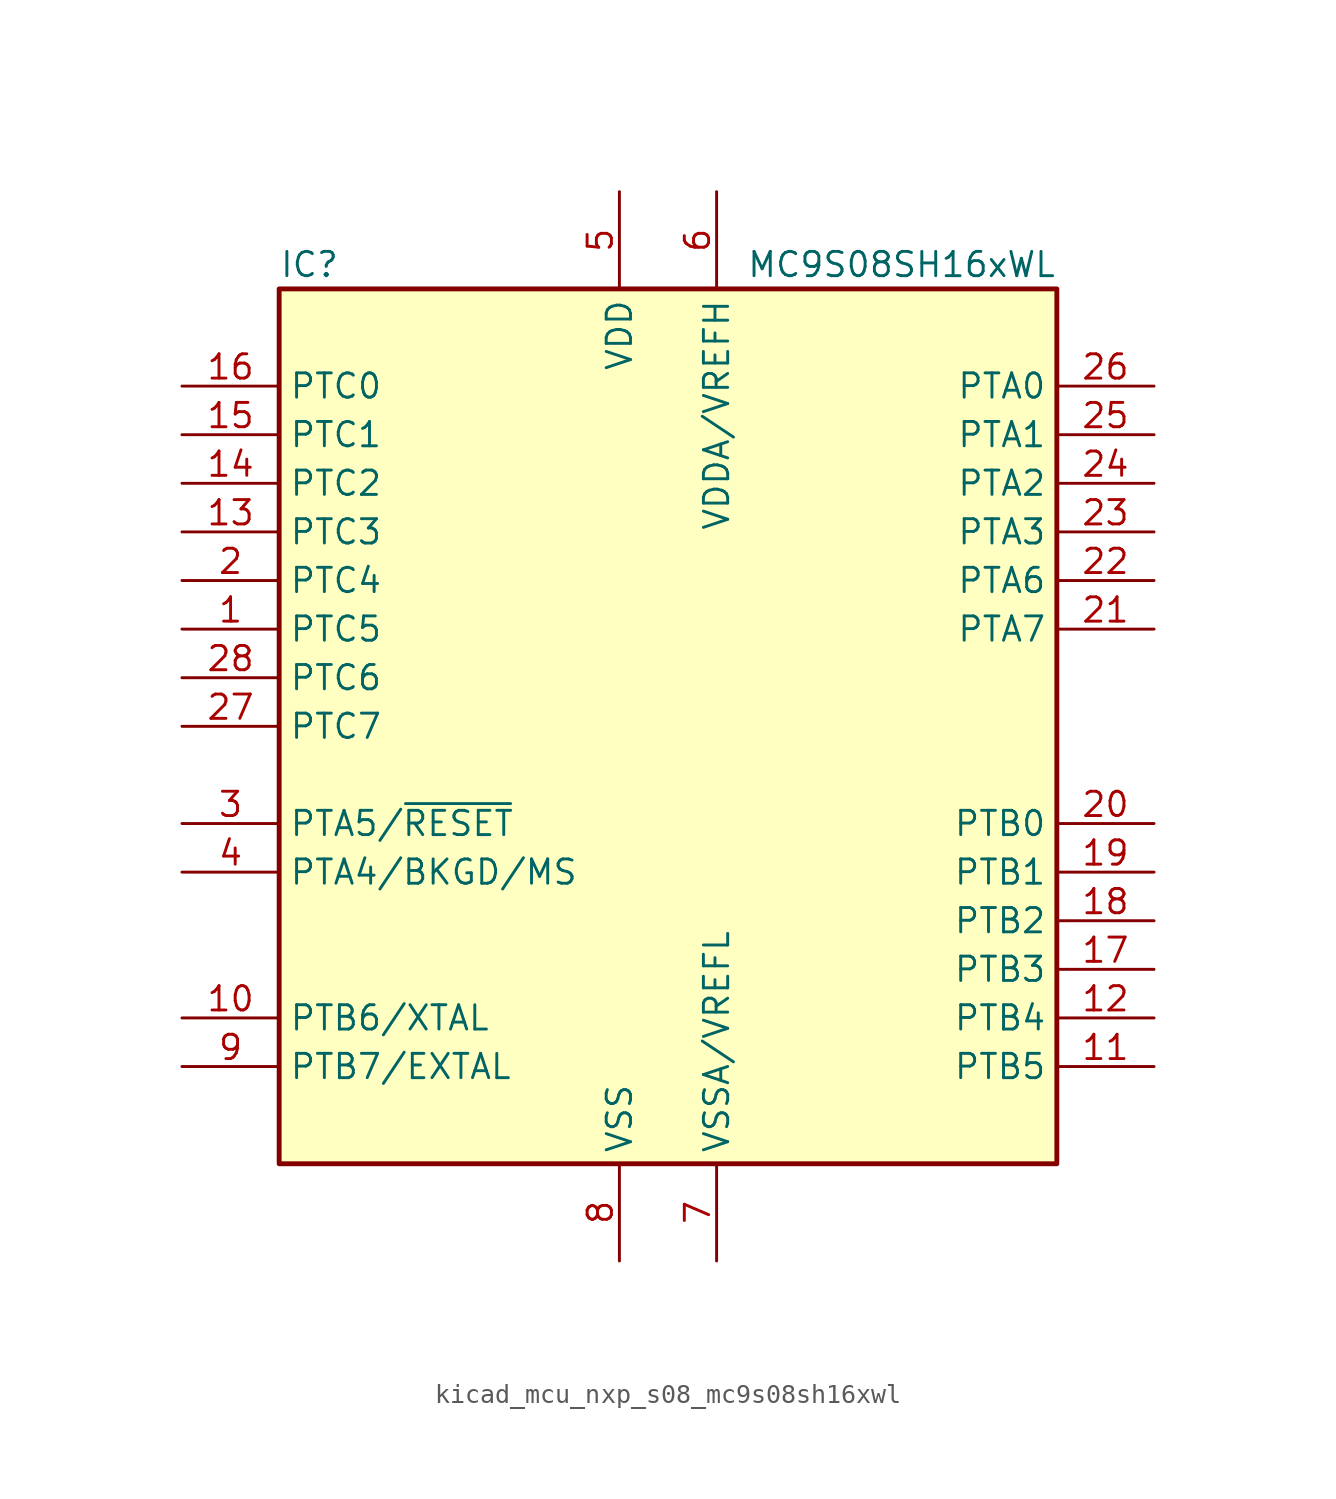
<source format=kicad_sym>
(kicad_symbol_lib
  (version 20220914)
  (generator kicad_symbol_editor)
  (symbol "kicad_mcu_nxp_s08_mc9s08sh16xwl"
    (property "Reference" "IC"
      (at -20.32 24.13 0)
      (effects (font (size 1.27 1.27)) (justify left)))
    (property "Value" "MC9S08SH16xWL"
      (at 20.32 24.13 0)
      (effects (font (size 1.27 1.27)) (justify right)))
    (symbol "kicad_mcu_nxp_s08_mc9s08sh16xwl_0_1"
      (rectangle (start -20.32 22.86) (end 20.32 -22.86) (stroke (width 0.254) (type default)) (fill (type background))))
    (symbol "kicad_mcu_nxp_s08_mc9s08sh16xwl_1_1"
      (pin bidirectional line (at -25.4 5.08 0) (length 5.08) (name "PTC5" (effects (font (size 1.27 1.27)))) (number "1" (effects (font (size 1.27 1.27)))))
      (pin bidirectional line (at -25.4 -15.24 0) (length 5.08) (name "PTB6/XTAL" (effects (font (size 1.27 1.27)))) (number "10" (effects (font (size 1.27 1.27)))))
      (pin bidirectional line (at 25.4 -17.78 180) (length 5.08) (name "PTB5" (effects (font (size 1.27 1.27)))) (number "11" (effects (font (size 1.27 1.27)))))
      (pin bidirectional line (at 25.4 -15.24 180) (length 5.08) (name "PTB4" (effects (font (size 1.27 1.27)))) (number "12" (effects (font (size 1.27 1.27)))))
      (pin bidirectional line (at -25.4 10.16 0) (length 5.08) (name "PTC3" (effects (font (size 1.27 1.27)))) (number "13" (effects (font (size 1.27 1.27)))))
      (pin bidirectional line (at -25.4 12.7 0) (length 5.08) (name "PTC2" (effects (font (size 1.27 1.27)))) (number "14" (effects (font (size 1.27 1.27)))))
      (pin bidirectional line (at -25.4 15.24 0) (length 5.08) (name "PTC1" (effects (font (size 1.27 1.27)))) (number "15" (effects (font (size 1.27 1.27)))))
      (pin bidirectional line (at -25.4 17.78 0) (length 5.08) (name "PTC0" (effects (font (size 1.27 1.27)))) (number "16" (effects (font (size 1.27 1.27)))))
      (pin bidirectional line (at 25.4 -12.7 180) (length 5.08) (name "PTB3" (effects (font (size 1.27 1.27)))) (number "17" (effects (font (size 1.27 1.27)))))
      (pin bidirectional line (at 25.4 -10.16 180) (length 5.08) (name "PTB2" (effects (font (size 1.27 1.27)))) (number "18" (effects (font (size 1.27 1.27)))))
      (pin bidirectional line (at 25.4 -7.62 180) (length 5.08) (name "PTB1" (effects (font (size 1.27 1.27)))) (number "19" (effects (font (size 1.27 1.27)))))
      (pin bidirectional line (at -25.4 7.62 0) (length 5.08) (name "PTC4" (effects (font (size 1.27 1.27)))) (number "2" (effects (font (size 1.27 1.27)))))
      (pin bidirectional line (at 25.4 -5.08 180) (length 5.08) (name "PTB0" (effects (font (size 1.27 1.27)))) (number "20" (effects (font (size 1.27 1.27)))))
      (pin bidirectional line (at 25.4 5.08 180) (length 5.08) (name "PTA7" (effects (font (size 1.27 1.27)))) (number "21" (effects (font (size 1.27 1.27)))))
      (pin bidirectional line (at 25.4 7.62 180) (length 5.08) (name "PTA6" (effects (font (size 1.27 1.27)))) (number "22" (effects (font (size 1.27 1.27)))))
      (pin bidirectional line (at 25.4 10.16 180) (length 5.08) (name "PTA3" (effects (font (size 1.27 1.27)))) (number "23" (effects (font (size 1.27 1.27)))))
      (pin bidirectional line (at 25.4 12.7 180) (length 5.08) (name "PTA2" (effects (font (size 1.27 1.27)))) (number "24" (effects (font (size 1.27 1.27)))))
      (pin bidirectional line (at 25.4 15.24 180) (length 5.08) (name "PTA1" (effects (font (size 1.27 1.27)))) (number "25" (effects (font (size 1.27 1.27)))))
      (pin bidirectional line (at 25.4 17.78 180) (length 5.08) (name "PTA0" (effects (font (size 1.27 1.27)))) (number "26" (effects (font (size 1.27 1.27)))))
      (pin bidirectional line (at -25.4 0 0) (length 5.08) (name "PTC7" (effects (font (size 1.27 1.27)))) (number "27" (effects (font (size 1.27 1.27)))))
      (pin bidirectional line (at -25.4 2.54 0) (length 5.08) (name "PTC6" (effects (font (size 1.27 1.27)))) (number "28" (effects (font (size 1.27 1.27)))))
      (pin bidirectional line (at -25.4 -5.08 0) (length 5.08) (name "PTA5/~{RESET}" (effects (font (size 1.27 1.27)))) (number "3" (effects (font (size 1.27 1.27)))))
      (pin bidirectional line (at -25.4 -7.62 0) (length 5.08) (name "PTA4/BKGD/MS" (effects (font (size 1.27 1.27)))) (number "4" (effects (font (size 1.27 1.27)))))
      (pin power_in line (at -2.54 27.94 270) (length 5.08) (name "VDD" (effects (font (size 1.27 1.27)))) (number "5" (effects (font (size 1.27 1.27)))))
      (pin power_in line (at 2.54 27.94 270) (length 5.08) (name "VDDA/VREFH" (effects (font (size 1.27 1.27)))) (number "6" (effects (font (size 1.27 1.27)))))
      (pin power_in line (at 2.54 -27.94 90) (length 5.08) (name "VSSA/VREFL" (effects (font (size 1.27 1.27)))) (number "7" (effects (font (size 1.27 1.27)))))
      (pin power_in line (at -2.54 -27.94 90) (length 5.08) (name "VSS" (effects (font (size 1.27 1.27)))) (number "8" (effects (font (size 1.27 1.27)))))
      (pin bidirectional line (at -25.4 -17.78 0) (length 5.08) (name "PTB7/EXTAL" (effects (font (size 1.27 1.27)))) (number "9" (effects (font (size 1.27 1.27))))))))
</source>
